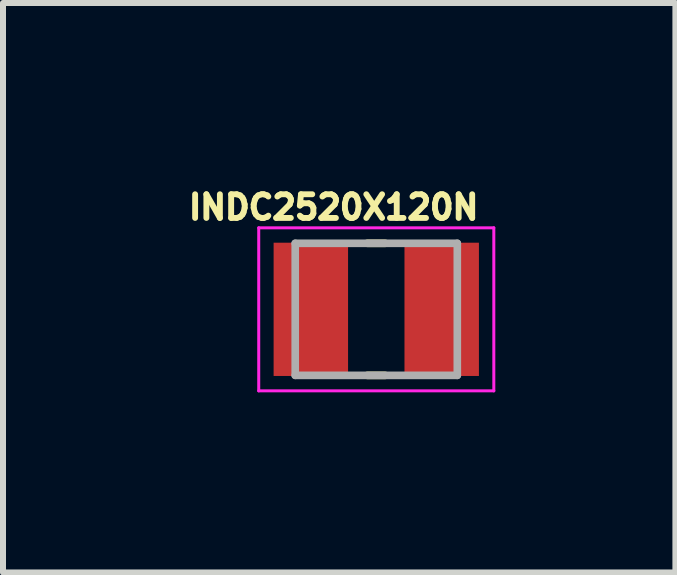
<source format=kicad_pcb>
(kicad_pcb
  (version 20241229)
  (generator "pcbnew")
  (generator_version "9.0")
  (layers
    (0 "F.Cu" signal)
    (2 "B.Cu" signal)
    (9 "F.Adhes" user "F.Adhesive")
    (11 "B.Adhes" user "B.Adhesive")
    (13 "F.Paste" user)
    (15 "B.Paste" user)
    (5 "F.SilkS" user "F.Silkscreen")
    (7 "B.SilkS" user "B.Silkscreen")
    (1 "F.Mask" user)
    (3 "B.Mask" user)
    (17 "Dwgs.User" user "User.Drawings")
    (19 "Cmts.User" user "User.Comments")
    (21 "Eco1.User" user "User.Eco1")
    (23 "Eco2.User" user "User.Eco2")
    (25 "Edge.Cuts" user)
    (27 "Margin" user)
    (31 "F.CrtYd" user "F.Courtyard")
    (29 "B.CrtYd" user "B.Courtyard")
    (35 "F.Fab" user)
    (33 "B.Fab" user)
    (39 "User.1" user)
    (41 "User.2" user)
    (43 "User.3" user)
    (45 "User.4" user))
  (footprint "INDC2520X120N"
    (layer "F.Cu")
    (at 3.218 2.103)
    (property "Reference" "INDC2520X120N" (at -0.71 -1.7 0) (layer "F.SilkS") (effects (font (size 0.394 0.394) (thickness 0.098))))
    (attr smd)
    (fp_line (start -0.15 -1.1) (end 0.15 -1.1) (stroke (width 0.127) (type solid)) (layer "F.SilkS"))
    (fp_line (start -0.15 1.1) (end 0.15 1.1) (stroke (width 0.127) (type solid)) (layer "F.SilkS"))
    (fp_line (start -1.958 -1.358) (end 1.958 -1.358) (stroke (width 0.05) (type solid)) (layer "F.CrtYd"))
    (fp_line (start -1.958 1.358) (end -1.958 -1.358) (stroke (width 0.05) (type solid)) (layer "F.CrtYd"))
    (fp_line (start -1.958 1.358) (end 1.958 1.358) (stroke (width 0.05) (type solid)) (layer "F.CrtYd"))
    (fp_line (start 1.958 1.358) (end 1.958 -1.358) (stroke (width 0.05) (type solid)) (layer "F.CrtYd"))
    (fp_line (start -1.35 1.1) (end -1.35 -1.1) (stroke (width 0.127) (type solid)) (layer "F.Fab"))
    (fp_line (start 1.35 -1.1) (end -1.35 -1.1) (stroke (width 0.127) (type solid)) (layer "F.Fab"))
    (fp_line (start 1.35 1.1) (end -1.35 1.1) (stroke (width 0.127) (type solid)) (layer "F.Fab"))
    (fp_line (start 1.35 1.1) (end 1.35 -1.1) (stroke (width 0.127) (type solid)) (layer "F.Fab"))
    (pad "1" smd rect (at -1.09 0) (size 1.24 2.22) (layers "F.Cu" "F.Mask" "F.Paste"))
    (pad "2" smd rect (at 1.09 0) (size 1.24 2.22) (layers "F.Cu" "F.Mask" "F.Paste")))
  (gr_rect
    (start -3 -3)
    (end 8.201 6.486)
    (stroke (width 0.1) (type default))
    (fill no)
    (layer "Edge.Cuts")))
</source>
